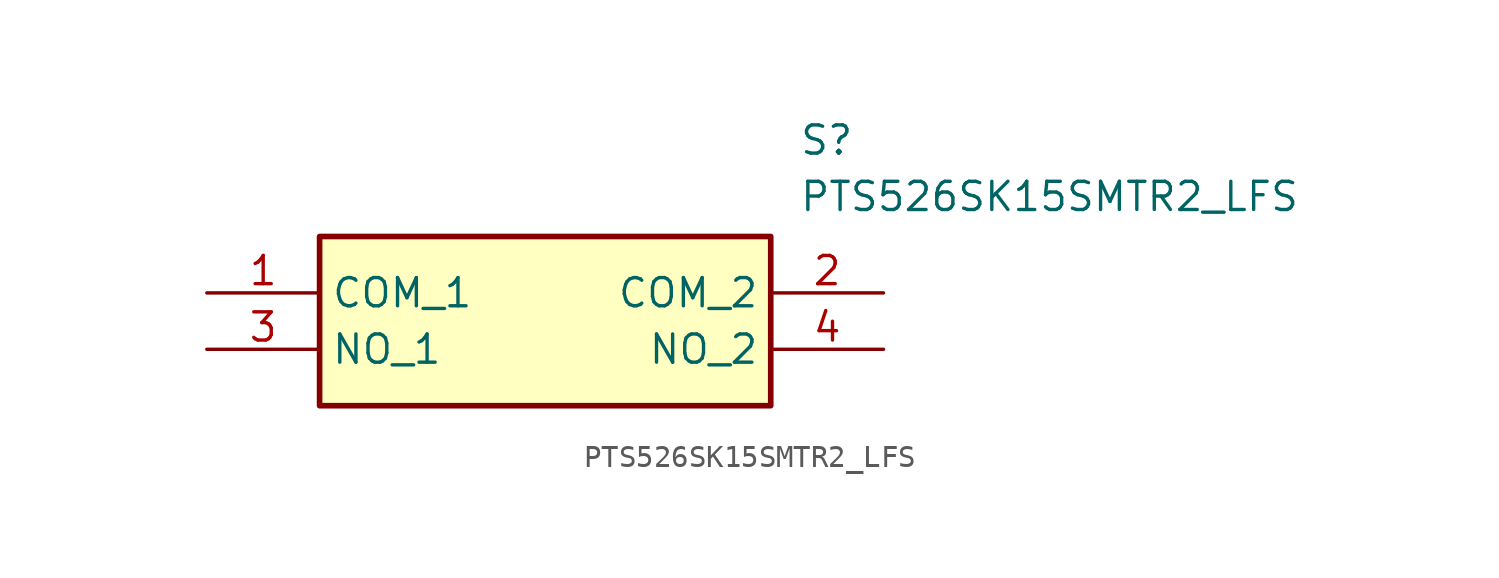
<source format=kicad_sym>
(kicad_symbol_lib
  (version 20211014)
  (generator SamacSys_ECAD_Model)
  (symbol "PTS526SK15SMTR2_LFS"
    (property "Reference" "S"
      (at 26.67 7.62 0)
      (effects (font (size 1.27 1.27)) (justify left top)))
    (property "Value" "PTS526SK15SMTR2_LFS"
      (at 26.67 5.08 0)
      (effects (font (size 1.27 1.27)) (justify left top)))
    (rectangle
      (start 5.08 2.54)
      (end 25.4 -5.08)
      (stroke (width 0.254) (type default))
      (fill (type background)))
    (pin passive line
      (at 0 0 0)
      (length 5.08)
      (name "COM_1" (effects (font (size 1.27 1.27))))
      (number "1" (effects (font (size 1.27 1.27)))))
    (pin passive line
      (at 30.48 0 180)
      (length 5.08)
      (name "COM_2" (effects (font (size 1.27 1.27))))
      (number "2" (effects (font (size 1.27 1.27)))))
    (pin passive line
      (at 0 -2.54 0)
      (length 5.08)
      (name "NO_1" (effects (font (size 1.27 1.27))))
      (number "3" (effects (font (size 1.27 1.27)))))
    (pin passive line
      (at 30.48 -2.54 180)
      (length 5.08)
      (name "NO_2" (effects (font (size 1.27 1.27))))
      (number "4" (effects (font (size 1.27 1.27)))))))
</source>
